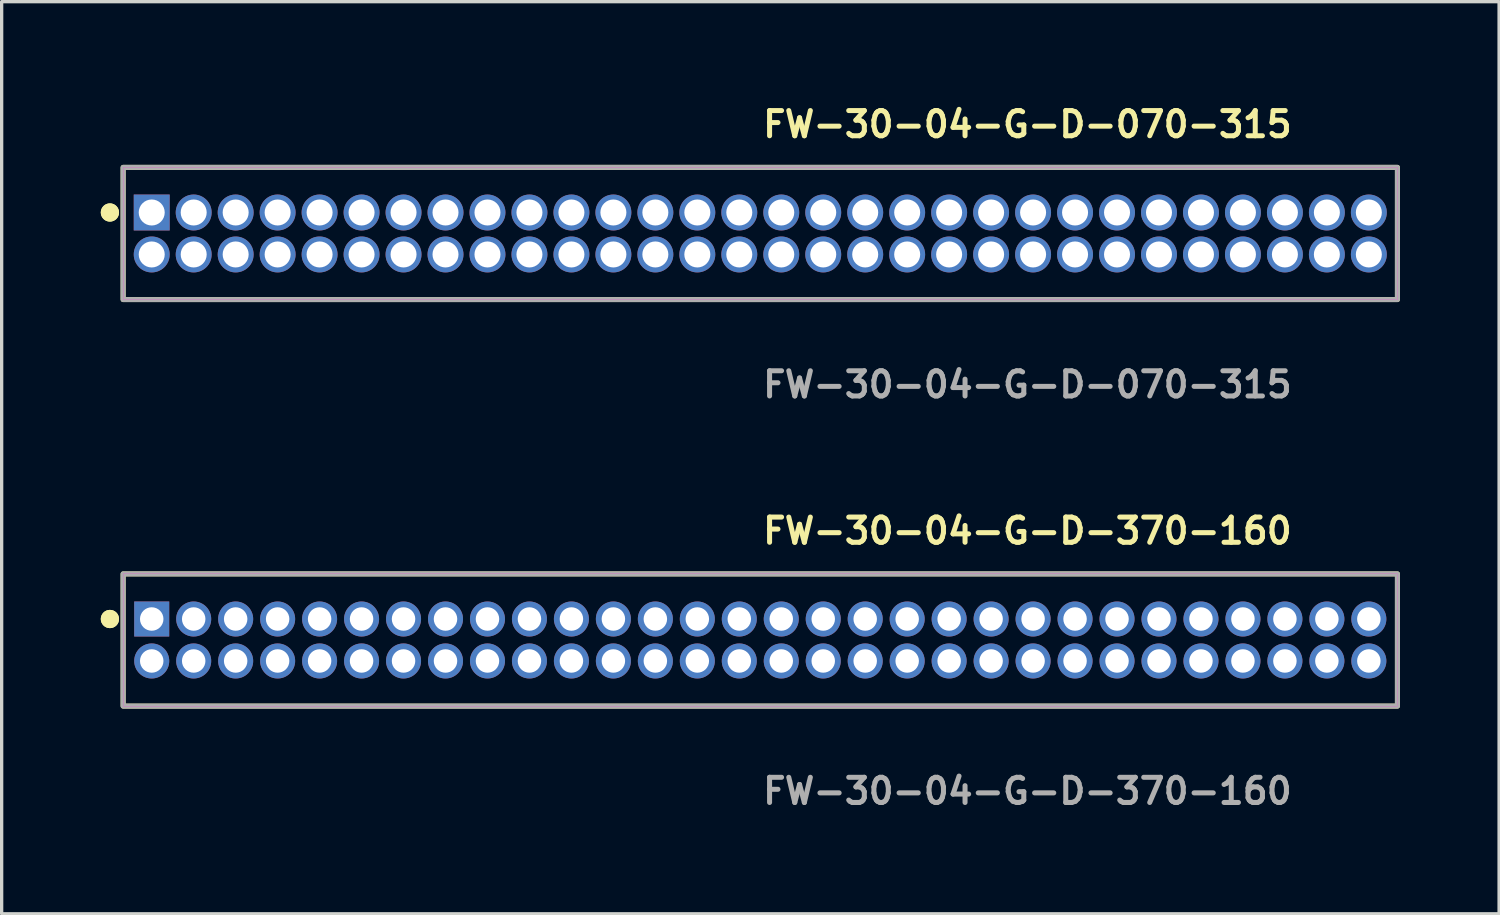
<source format=kicad_pcb>
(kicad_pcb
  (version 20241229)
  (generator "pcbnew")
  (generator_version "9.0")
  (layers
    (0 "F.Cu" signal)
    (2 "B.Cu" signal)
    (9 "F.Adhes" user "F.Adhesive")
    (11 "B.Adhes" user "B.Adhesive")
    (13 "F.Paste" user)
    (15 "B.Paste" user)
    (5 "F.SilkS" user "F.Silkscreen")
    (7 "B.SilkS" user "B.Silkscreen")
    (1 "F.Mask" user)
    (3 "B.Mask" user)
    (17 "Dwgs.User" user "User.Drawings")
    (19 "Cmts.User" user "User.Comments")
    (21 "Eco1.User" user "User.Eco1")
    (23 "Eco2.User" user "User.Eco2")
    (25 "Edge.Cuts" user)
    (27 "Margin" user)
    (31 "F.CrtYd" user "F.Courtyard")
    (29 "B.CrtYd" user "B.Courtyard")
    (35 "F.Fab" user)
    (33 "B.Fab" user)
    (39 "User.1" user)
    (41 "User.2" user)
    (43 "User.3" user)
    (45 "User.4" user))
  (footprint "FW-30-04-G-D-370-160"
    (layer "F.Cu")
    (at 19.956 16.316)
    (property "Reference" "FW-30-04-G-D-370-160" (at 0 -3.302 0) (unlocked yes) (layer "F.SilkS") (effects (font (size 0.762 0.762) (thickness 0.152)) (justify left)))
    (fp_rect (start -19.28 2) (end 19.28 -2) (stroke (width 0.152) (type solid)) (fill no) (layer "F.SilkS"))
    (fp_circle (center -19.68 -0.635) (end -19.88 -0.635) (stroke (width 0.152) (type solid)) (fill yes) (layer "F.SilkS"))
    (fp_circle (center -19.68 -0.635) (end -19.88 -0.635) (stroke (width 0.152) (type solid)) (fill yes) (layer "F.SilkS"))
    (fp_rect (start -19.28 2) (end 19.28 -2) (stroke (width 0.006) (type solid)) (fill no) (layer "F.CrtYd"))
    (fp_rect (start -19.28 2) (end 19.28 -2) (stroke (width 0.152) (type solid)) (fill no) (layer "F.Fab"))
    (fp_text user "${REFERENCE}" (at 0 4.572 0) (unlocked yes) (layer "F.Fab") (effects (font (size 0.762 0.762) (thickness 0.152)) (justify left)))
    (pad "1" thru_hole rect (at -18.415 -0.635) (size 1.06 1.06) (drill 0.71) (layers "*.Cu" "*.Mask"))
    (pad "2" thru_hole circle (at -18.415 0.635) (size 1.06 1.06) (drill 0.71) (layers "*.Cu" "*.Mask"))
    (pad "3" thru_hole circle (at -17.145 -0.635) (size 1.06 1.06) (drill 0.71) (layers "*.Cu" "*.Mask"))
    (pad "4" thru_hole circle (at -17.145 0.635) (size 1.06 1.06) (drill 0.71) (layers "*.Cu" "*.Mask"))
    (pad "5" thru_hole circle (at -15.875 -0.635) (size 1.06 1.06) (drill 0.71) (layers "*.Cu" "*.Mask"))
    (pad "6" thru_hole circle (at -15.875 0.635) (size 1.06 1.06) (drill 0.71) (layers "*.Cu" "*.Mask"))
    (pad "7" thru_hole circle (at -14.605 -0.635) (size 1.06 1.06) (drill 0.71) (layers "*.Cu" "*.Mask"))
    (pad "8" thru_hole circle (at -14.605 0.635) (size 1.06 1.06) (drill 0.71) (layers "*.Cu" "*.Mask"))
    (pad "9" thru_hole circle (at -13.335 -0.635) (size 1.06 1.06) (drill 0.71) (layers "*.Cu" "*.Mask"))
    (pad "10" thru_hole circle (at -13.335 0.635) (size 1.06 1.06) (drill 0.71) (layers "*.Cu" "*.Mask"))
    (pad "11" thru_hole circle (at -12.065 -0.635) (size 1.06 1.06) (drill 0.71) (layers "*.Cu" "*.Mask"))
    (pad "12" thru_hole circle (at -12.065 0.635) (size 1.06 1.06) (drill 0.71) (layers "*.Cu" "*.Mask"))
    (pad "13" thru_hole circle (at -10.795 -0.635) (size 1.06 1.06) (drill 0.71) (layers "*.Cu" "*.Mask"))
    (pad "14" thru_hole circle (at -10.795 0.635) (size 1.06 1.06) (drill 0.71) (layers "*.Cu" "*.Mask"))
    (pad "15" thru_hole circle (at -9.525 -0.635) (size 1.06 1.06) (drill 0.71) (layers "*.Cu" "*.Mask"))
    (pad "16" thru_hole circle (at -9.525 0.635) (size 1.06 1.06) (drill 0.71) (layers "*.Cu" "*.Mask"))
    (pad "17" thru_hole circle (at -8.255 -0.635) (size 1.06 1.06) (drill 0.71) (layers "*.Cu" "*.Mask"))
    (pad "18" thru_hole circle (at -8.255 0.635) (size 1.06 1.06) (drill 0.71) (layers "*.Cu" "*.Mask"))
    (pad "19" thru_hole circle (at -6.985 -0.635) (size 1.06 1.06) (drill 0.71) (layers "*.Cu" "*.Mask"))
    (pad "20" thru_hole circle (at -6.985 0.635) (size 1.06 1.06) (drill 0.71) (layers "*.Cu" "*.Mask"))
    (pad "21" thru_hole circle (at -5.715 -0.635) (size 1.06 1.06) (drill 0.71) (layers "*.Cu" "*.Mask"))
    (pad "22" thru_hole circle (at -5.715 0.635) (size 1.06 1.06) (drill 0.71) (layers "*.Cu" "*.Mask"))
    (pad "23" thru_hole circle (at -4.445 -0.635) (size 1.06 1.06) (drill 0.71) (layers "*.Cu" "*.Mask"))
    (pad "24" thru_hole circle (at -4.445 0.635) (size 1.06 1.06) (drill 0.71) (layers "*.Cu" "*.Mask"))
    (pad "25" thru_hole circle (at -3.175 -0.635) (size 1.06 1.06) (drill 0.71) (layers "*.Cu" "*.Mask"))
    (pad "26" thru_hole circle (at -3.175 0.635) (size 1.06 1.06) (drill 0.71) (layers "*.Cu" "*.Mask"))
    (pad "27" thru_hole circle (at -1.905 -0.635) (size 1.06 1.06) (drill 0.71) (layers "*.Cu" "*.Mask"))
    (pad "28" thru_hole circle (at -1.905 0.635) (size 1.06 1.06) (drill 0.71) (layers "*.Cu" "*.Mask"))
    (pad "29" thru_hole circle (at -0.635 -0.635) (size 1.06 1.06) (drill 0.71) (layers "*.Cu" "*.Mask"))
    (pad "30" thru_hole circle (at -0.635 0.635) (size 1.06 1.06) (drill 0.71) (layers "*.Cu" "*.Mask"))
    (pad "31" thru_hole circle (at 0.635 -0.635) (size 1.06 1.06) (drill 0.71) (layers "*.Cu" "*.Mask"))
    (pad "32" thru_hole circle (at 0.635 0.635) (size 1.06 1.06) (drill 0.71) (layers "*.Cu" "*.Mask"))
    (pad "33" thru_hole circle (at 1.905 -0.635) (size 1.06 1.06) (drill 0.71) (layers "*.Cu" "*.Mask"))
    (pad "34" thru_hole circle (at 1.905 0.635) (size 1.06 1.06) (drill 0.71) (layers "*.Cu" "*.Mask"))
    (pad "35" thru_hole circle (at 3.175 -0.635) (size 1.06 1.06) (drill 0.71) (layers "*.Cu" "*.Mask"))
    (pad "36" thru_hole circle (at 3.175 0.635) (size 1.06 1.06) (drill 0.71) (layers "*.Cu" "*.Mask"))
    (pad "37" thru_hole circle (at 4.445 -0.635) (size 1.06 1.06) (drill 0.71) (layers "*.Cu" "*.Mask"))
    (pad "38" thru_hole circle (at 4.445 0.635) (size 1.06 1.06) (drill 0.71) (layers "*.Cu" "*.Mask"))
    (pad "39" thru_hole circle (at 5.715 -0.635) (size 1.06 1.06) (drill 0.71) (layers "*.Cu" "*.Mask"))
    (pad "40" thru_hole circle (at 5.715 0.635) (size 1.06 1.06) (drill 0.71) (layers "*.Cu" "*.Mask"))
    (pad "41" thru_hole circle (at 6.985 -0.635) (size 1.06 1.06) (drill 0.71) (layers "*.Cu" "*.Mask"))
    (pad "42" thru_hole circle (at 6.985 0.635) (size 1.06 1.06) (drill 0.71) (layers "*.Cu" "*.Mask"))
    (pad "43" thru_hole circle (at 8.255 -0.635) (size 1.06 1.06) (drill 0.71) (layers "*.Cu" "*.Mask"))
    (pad "44" thru_hole circle (at 8.255 0.635) (size 1.06 1.06) (drill 0.71) (layers "*.Cu" "*.Mask"))
    (pad "45" thru_hole circle (at 9.525 -0.635) (size 1.06 1.06) (drill 0.71) (layers "*.Cu" "*.Mask"))
    (pad "46" thru_hole circle (at 9.525 0.635) (size 1.06 1.06) (drill 0.71) (layers "*.Cu" "*.Mask"))
    (pad "47" thru_hole circle (at 10.795 -0.635) (size 1.06 1.06) (drill 0.71) (layers "*.Cu" "*.Mask"))
    (pad "48" thru_hole circle (at 10.795 0.635) (size 1.06 1.06) (drill 0.71) (layers "*.Cu" "*.Mask"))
    (pad "49" thru_hole circle (at 12.065 -0.635) (size 1.06 1.06) (drill 0.71) (layers "*.Cu" "*.Mask"))
    (pad "50" thru_hole circle (at 12.065 0.635) (size 1.06 1.06) (drill 0.71) (layers "*.Cu" "*.Mask"))
    (pad "51" thru_hole circle (at 13.335 -0.635) (size 1.06 1.06) (drill 0.71) (layers "*.Cu" "*.Mask"))
    (pad "52" thru_hole circle (at 13.335 0.635) (size 1.06 1.06) (drill 0.71) (layers "*.Cu" "*.Mask"))
    (pad "53" thru_hole circle (at 14.605 -0.635) (size 1.06 1.06) (drill 0.71) (layers "*.Cu" "*.Mask"))
    (pad "54" thru_hole circle (at 14.605 0.635) (size 1.06 1.06) (drill 0.71) (layers "*.Cu" "*.Mask"))
    (pad "55" thru_hole circle (at 15.875 -0.635) (size 1.06 1.06) (drill 0.71) (layers "*.Cu" "*.Mask"))
    (pad "56" thru_hole circle (at 15.875 0.635) (size 1.06 1.06) (drill 0.71) (layers "*.Cu" "*.Mask"))
    (pad "57" thru_hole circle (at 17.145 -0.635) (size 1.06 1.06) (drill 0.71) (layers "*.Cu" "*.Mask"))
    (pad "58" thru_hole circle (at 17.145 0.635) (size 1.06 1.06) (drill 0.71) (layers "*.Cu" "*.Mask"))
    (pad "59" thru_hole circle (at 18.415 -0.635) (size 1.06 1.06) (drill 0.71) (layers "*.Cu" "*.Mask"))
    (pad "60" thru_hole circle (at 18.415 0.635) (size 1.06 1.06) (drill 0.71) (layers "*.Cu" "*.Mask")))
  (footprint "FW-30-04-G-D-070-315"
    (layer "F.Cu")
    (at 19.956 4.015)
    (property "Reference" "FW-30-04-G-D-070-315" (at 0 -3.302 0) (unlocked yes) (layer "F.SilkS") (effects (font (size 0.762 0.762) (thickness 0.152)) (justify left)))
    (fp_rect (start -19.28 2) (end 19.28 -2) (stroke (width 0.152) (type solid)) (fill no) (layer "F.SilkS"))
    (fp_circle (center -19.68 -0.635) (end -19.88 -0.635) (stroke (width 0.152) (type solid)) (fill yes) (layer "F.SilkS"))
    (fp_circle (center -19.68 -0.635) (end -19.88 -0.635) (stroke (width 0.152) (type solid)) (fill yes) (layer "F.SilkS"))
    (fp_rect (start -19.28 2) (end 19.28 -2) (stroke (width 0.006) (type solid)) (fill no) (layer "F.CrtYd"))
    (fp_rect (start -19.28 2) (end 19.28 -2) (stroke (width 0.152) (type solid)) (fill no) (layer "F.Fab"))
    (fp_text user "${REFERENCE}" (at 0 4.572 0) (unlocked yes) (layer "F.Fab") (effects (font (size 0.762 0.762) (thickness 0.152)) (justify left)))
    (pad "1" thru_hole rect (at -18.415 -0.635) (size 1.087 1.087) (drill 0.787) (layers "*.Cu" "*.Mask"))
    (pad "2" thru_hole circle (at -18.415 0.635) (size 1.087 1.087) (drill 0.787) (layers "*.Cu" "*.Mask"))
    (pad "3" thru_hole circle (at -17.145 -0.635) (size 1.087 1.087) (drill 0.787) (layers "*.Cu" "*.Mask"))
    (pad "4" thru_hole circle (at -17.145 0.635) (size 1.087 1.087) (drill 0.787) (layers "*.Cu" "*.Mask"))
    (pad "5" thru_hole circle (at -15.875 -0.635) (size 1.087 1.087) (drill 0.787) (layers "*.Cu" "*.Mask"))
    (pad "6" thru_hole circle (at -15.875 0.635) (size 1.087 1.087) (drill 0.787) (layers "*.Cu" "*.Mask"))
    (pad "7" thru_hole circle (at -14.605 -0.635) (size 1.087 1.087) (drill 0.787) (layers "*.Cu" "*.Mask"))
    (pad "8" thru_hole circle (at -14.605 0.635) (size 1.087 1.087) (drill 0.787) (layers "*.Cu" "*.Mask"))
    (pad "9" thru_hole circle (at -13.335 -0.635) (size 1.087 1.087) (drill 0.787) (layers "*.Cu" "*.Mask"))
    (pad "10" thru_hole circle (at -13.335 0.635) (size 1.087 1.087) (drill 0.787) (layers "*.Cu" "*.Mask"))
    (pad "11" thru_hole circle (at -12.065 -0.635) (size 1.087 1.087) (drill 0.787) (layers "*.Cu" "*.Mask"))
    (pad "12" thru_hole circle (at -12.065 0.635) (size 1.087 1.087) (drill 0.787) (layers "*.Cu" "*.Mask"))
    (pad "13" thru_hole circle (at -10.795 -0.635) (size 1.087 1.087) (drill 0.787) (layers "*.Cu" "*.Mask"))
    (pad "14" thru_hole circle (at -10.795 0.635) (size 1.087 1.087) (drill 0.787) (layers "*.Cu" "*.Mask"))
    (pad "15" thru_hole circle (at -9.525 -0.635) (size 1.087 1.087) (drill 0.787) (layers "*.Cu" "*.Mask"))
    (pad "16" thru_hole circle (at -9.525 0.635) (size 1.087 1.087) (drill 0.787) (layers "*.Cu" "*.Mask"))
    (pad "17" thru_hole circle (at -8.255 -0.635) (size 1.087 1.087) (drill 0.787) (layers "*.Cu" "*.Mask"))
    (pad "18" thru_hole circle (at -8.255 0.635) (size 1.087 1.087) (drill 0.787) (layers "*.Cu" "*.Mask"))
    (pad "19" thru_hole circle (at -6.985 -0.635) (size 1.087 1.087) (drill 0.787) (layers "*.Cu" "*.Mask"))
    (pad "20" thru_hole circle (at -6.985 0.635) (size 1.087 1.087) (drill 0.787) (layers "*.Cu" "*.Mask"))
    (pad "21" thru_hole circle (at -5.715 -0.635) (size 1.087 1.087) (drill 0.787) (layers "*.Cu" "*.Mask"))
    (pad "22" thru_hole circle (at -5.715 0.635) (size 1.087 1.087) (drill 0.787) (layers "*.Cu" "*.Mask"))
    (pad "23" thru_hole circle (at -4.445 -0.635) (size 1.087 1.087) (drill 0.787) (layers "*.Cu" "*.Mask"))
    (pad "24" thru_hole circle (at -4.445 0.635) (size 1.087 1.087) (drill 0.787) (layers "*.Cu" "*.Mask"))
    (pad "25" thru_hole circle (at -3.175 -0.635) (size 1.087 1.087) (drill 0.787) (layers "*.Cu" "*.Mask"))
    (pad "26" thru_hole circle (at -3.175 0.635) (size 1.087 1.087) (drill 0.787) (layers "*.Cu" "*.Mask"))
    (pad "27" thru_hole circle (at -1.905 -0.635) (size 1.087 1.087) (drill 0.787) (layers "*.Cu" "*.Mask"))
    (pad "28" thru_hole circle (at -1.905 0.635) (size 1.087 1.087) (drill 0.787) (layers "*.Cu" "*.Mask"))
    (pad "29" thru_hole circle (at -0.635 -0.635) (size 1.087 1.087) (drill 0.787) (layers "*.Cu" "*.Mask"))
    (pad "30" thru_hole circle (at -0.635 0.635) (size 1.087 1.087) (drill 0.787) (layers "*.Cu" "*.Mask"))
    (pad "31" thru_hole circle (at 0.635 -0.635) (size 1.087 1.087) (drill 0.787) (layers "*.Cu" "*.Mask"))
    (pad "32" thru_hole circle (at 0.635 0.635) (size 1.087 1.087) (drill 0.787) (layers "*.Cu" "*.Mask"))
    (pad "33" thru_hole circle (at 1.905 -0.635) (size 1.087 1.087) (drill 0.787) (layers "*.Cu" "*.Mask"))
    (pad "34" thru_hole circle (at 1.905 0.635) (size 1.087 1.087) (drill 0.787) (layers "*.Cu" "*.Mask"))
    (pad "35" thru_hole circle (at 3.175 -0.635) (size 1.087 1.087) (drill 0.787) (layers "*.Cu" "*.Mask"))
    (pad "36" thru_hole circle (at 3.175 0.635) (size 1.087 1.087) (drill 0.787) (layers "*.Cu" "*.Mask"))
    (pad "37" thru_hole circle (at 4.445 -0.635) (size 1.087 1.087) (drill 0.787) (layers "*.Cu" "*.Mask"))
    (pad "38" thru_hole circle (at 4.445 0.635) (size 1.087 1.087) (drill 0.787) (layers "*.Cu" "*.Mask"))
    (pad "39" thru_hole circle (at 5.715 -0.635) (size 1.087 1.087) (drill 0.787) (layers "*.Cu" "*.Mask"))
    (pad "40" thru_hole circle (at 5.715 0.635) (size 1.087 1.087) (drill 0.787) (layers "*.Cu" "*.Mask"))
    (pad "41" thru_hole circle (at 6.985 -0.635) (size 1.087 1.087) (drill 0.787) (layers "*.Cu" "*.Mask"))
    (pad "42" thru_hole circle (at 6.985 0.635) (size 1.087 1.087) (drill 0.787) (layers "*.Cu" "*.Mask"))
    (pad "43" thru_hole circle (at 8.255 -0.635) (size 1.087 1.087) (drill 0.787) (layers "*.Cu" "*.Mask"))
    (pad "44" thru_hole circle (at 8.255 0.635) (size 1.087 1.087) (drill 0.787) (layers "*.Cu" "*.Mask"))
    (pad "45" thru_hole circle (at 9.525 -0.635) (size 1.087 1.087) (drill 0.787) (layers "*.Cu" "*.Mask"))
    (pad "46" thru_hole circle (at 9.525 0.635) (size 1.087 1.087) (drill 0.787) (layers "*.Cu" "*.Mask"))
    (pad "47" thru_hole circle (at 10.795 -0.635) (size 1.087 1.087) (drill 0.787) (layers "*.Cu" "*.Mask"))
    (pad "48" thru_hole circle (at 10.795 0.635) (size 1.087 1.087) (drill 0.787) (layers "*.Cu" "*.Mask"))
    (pad "49" thru_hole circle (at 12.065 -0.635) (size 1.087 1.087) (drill 0.787) (layers "*.Cu" "*.Mask"))
    (pad "50" thru_hole circle (at 12.065 0.635) (size 1.087 1.087) (drill 0.787) (layers "*.Cu" "*.Mask"))
    (pad "51" thru_hole circle (at 13.335 -0.635) (size 1.087 1.087) (drill 0.787) (layers "*.Cu" "*.Mask"))
    (pad "52" thru_hole circle (at 13.335 0.635) (size 1.087 1.087) (drill 0.787) (layers "*.Cu" "*.Mask"))
    (pad "53" thru_hole circle (at 14.605 -0.635) (size 1.087 1.087) (drill 0.787) (layers "*.Cu" "*.Mask"))
    (pad "54" thru_hole circle (at 14.605 0.635) (size 1.087 1.087) (drill 0.787) (layers "*.Cu" "*.Mask"))
    (pad "55" thru_hole circle (at 15.875 -0.635) (size 1.087 1.087) (drill 0.787) (layers "*.Cu" "*.Mask"))
    (pad "56" thru_hole circle (at 15.875 0.635) (size 1.087 1.087) (drill 0.787) (layers "*.Cu" "*.Mask"))
    (pad "57" thru_hole circle (at 17.145 -0.635) (size 1.087 1.087) (drill 0.787) (layers "*.Cu" "*.Mask"))
    (pad "58" thru_hole circle (at 17.145 0.635) (size 1.087 1.087) (drill 0.787) (layers "*.Cu" "*.Mask"))
    (pad "59" thru_hole circle (at 18.415 -0.635) (size 1.087 1.087) (drill 0.787) (layers "*.Cu" "*.Mask"))
    (pad "60" thru_hole circle (at 18.415 0.635) (size 1.087 1.087) (drill 0.787) (layers "*.Cu" "*.Mask")))
  (gr_rect
    (start -3 -3)
    (end 42.312 24.601)
    (stroke (width 0.1) (type default))
    (fill no)
    (layer "Edge.Cuts")))
</source>
